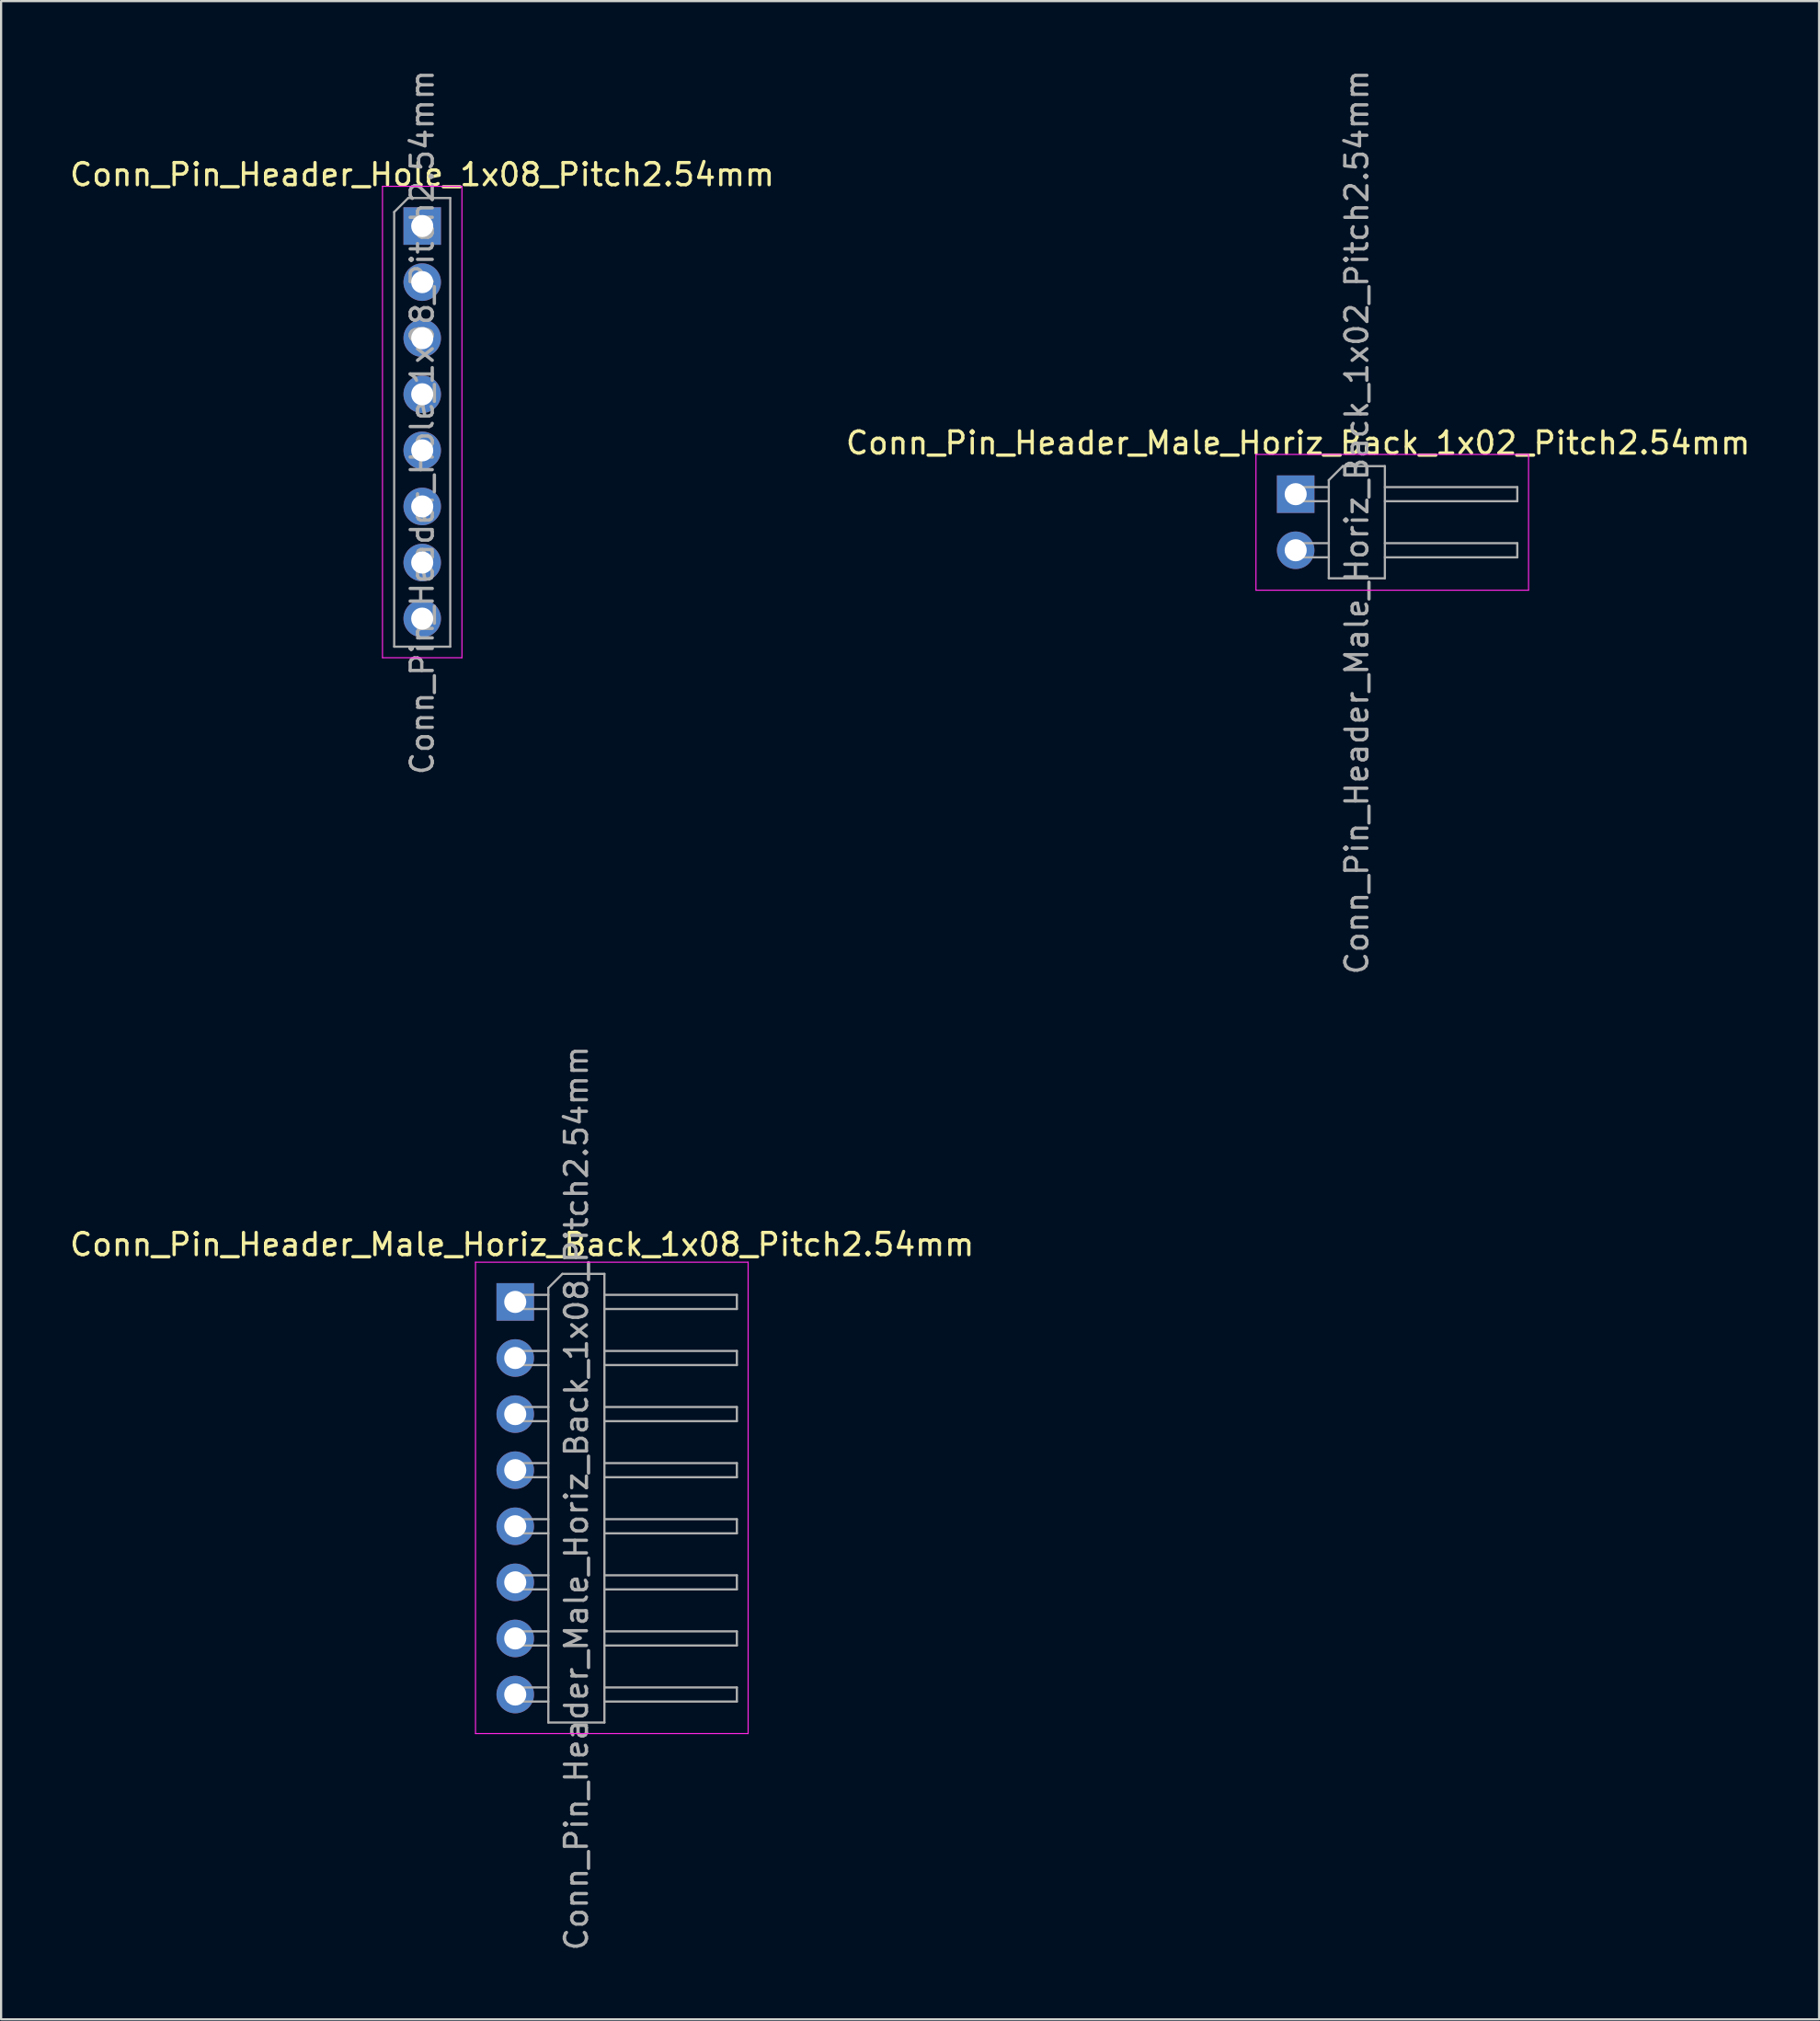
<source format=kicad_pcb>
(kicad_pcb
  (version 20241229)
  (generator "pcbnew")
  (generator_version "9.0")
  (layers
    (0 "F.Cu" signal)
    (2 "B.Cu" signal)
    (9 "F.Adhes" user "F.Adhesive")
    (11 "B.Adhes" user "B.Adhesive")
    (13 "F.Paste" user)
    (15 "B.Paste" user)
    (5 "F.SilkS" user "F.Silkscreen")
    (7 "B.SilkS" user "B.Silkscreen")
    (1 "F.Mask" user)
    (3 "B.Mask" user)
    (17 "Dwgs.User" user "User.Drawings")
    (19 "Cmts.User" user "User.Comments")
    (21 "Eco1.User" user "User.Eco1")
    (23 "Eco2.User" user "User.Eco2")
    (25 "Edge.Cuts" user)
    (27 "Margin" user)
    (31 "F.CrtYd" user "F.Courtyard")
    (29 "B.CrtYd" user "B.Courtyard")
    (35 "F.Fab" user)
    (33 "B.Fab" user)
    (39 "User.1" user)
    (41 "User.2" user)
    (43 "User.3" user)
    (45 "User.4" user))
  (footprint "Conn_Pin_Header_Male_Horiz_Back_1x02_Pitch2.54mm"
    (layer "F.Cu")
    (at 55.646 19.331)
    (property "Reference" "Conn_Pin_Header_Male_Horiz_Back_1x02_Pitch2.54mm" (at 0.11 -2.32 0) (layer "F.SilkS") (effects (font (size 1 1) (thickness 0.15))))
    (attr through_hole)
    (fp_line (start -1.8 -1.8) (end -1.8 4.35) (stroke (width 0.05) (type solid)) (layer "F.CrtYd"))
    (fp_line (start -1.8 4.35) (end 10.55 4.35) (stroke (width 0.05) (type solid)) (layer "F.CrtYd"))
    (fp_line (start 10.55 -1.8) (end -1.8 -1.8) (stroke (width 0.05) (type solid)) (layer "F.CrtYd"))
    (fp_line (start 10.55 4.35) (end 10.55 -1.8) (stroke (width 0.05) (type solid)) (layer "F.CrtYd"))
    (fp_line (start -0.32 -0.32) (end -0.32 0.32) (stroke (width 0.1) (type solid)) (layer "F.Fab"))
    (fp_line (start -0.32 -0.32) (end 1.5 -0.32) (stroke (width 0.1) (type solid)) (layer "F.Fab"))
    (fp_line (start -0.32 0.32) (end 1.5 0.32) (stroke (width 0.1) (type solid)) (layer "F.Fab"))
    (fp_line (start -0.32 2.22) (end -0.32 2.86) (stroke (width 0.1) (type solid)) (layer "F.Fab"))
    (fp_line (start -0.32 2.22) (end 1.5 2.22) (stroke (width 0.1) (type solid)) (layer "F.Fab"))
    (fp_line (start -0.32 2.86) (end 1.5 2.86) (stroke (width 0.1) (type solid)) (layer "F.Fab"))
    (fp_line (start 1.5 -0.635) (end 2.135 -1.27) (stroke (width 0.1) (type solid)) (layer "F.Fab"))
    (fp_line (start 1.5 3.81) (end 1.5 -0.635) (stroke (width 0.1) (type solid)) (layer "F.Fab"))
    (fp_line (start 2.135 -1.27) (end 4.04 -1.27) (stroke (width 0.1) (type solid)) (layer "F.Fab"))
    (fp_line (start 4.04 -1.27) (end 4.04 3.81) (stroke (width 0.1) (type solid)) (layer "F.Fab"))
    (fp_line (start 4.04 -0.32) (end 10.04 -0.32) (stroke (width 0.1) (type solid)) (layer "F.Fab"))
    (fp_line (start 4.04 0.32) (end 10.04 0.32) (stroke (width 0.1) (type solid)) (layer "F.Fab"))
    (fp_line (start 4.04 2.22) (end 10.04 2.22) (stroke (width 0.1) (type solid)) (layer "F.Fab"))
    (fp_line (start 4.04 2.86) (end 10.04 2.86) (stroke (width 0.1) (type solid)) (layer "F.Fab"))
    (fp_line (start 4.04 3.81) (end 1.5 3.81) (stroke (width 0.1) (type solid)) (layer "F.Fab"))
    (fp_line (start 10.04 -0.32) (end 10.04 0.32) (stroke (width 0.1) (type solid)) (layer "F.Fab"))
    (fp_line (start 10.04 2.22) (end 10.04 2.86) (stroke (width 0.1) (type solid)) (layer "F.Fab"))
    (fp_text user "${REFERENCE}" (at 2.77 1.27 90) (layer "F.Fab") (effects (font (size 1 1) (thickness 0.15))))
    (pad "1" thru_hole rect (at 0 0) (size 1.7 1.7) (drill 1) (layers "*.Cu" "*.Mask"))
    (pad "2" thru_hole oval (at 0 2.54) (size 1.7 1.7) (drill 1) (layers "*.Cu" "*.Mask")))
  (footprint "Conn_Pin_Header_Male_Horiz_Back_1x08_Pitch2.54mm"
    (layer "F.Cu")
    (at 20.291 55.914)
    (property "Reference" "Conn_Pin_Header_Male_Horiz_Back_1x08_Pitch2.54mm" (at 0.31 -2.6 0) (layer "F.SilkS") (effects (font (size 1 1) (thickness 0.15))))
    (attr through_hole)
    (fp_line (start -1.8 -1.8) (end -1.8 19.55) (stroke (width 0.05) (type solid)) (layer "F.CrtYd"))
    (fp_line (start -1.8 19.55) (end 10.55 19.55) (stroke (width 0.05) (type solid)) (layer "F.CrtYd"))
    (fp_line (start 10.55 -1.8) (end -1.8 -1.8) (stroke (width 0.05) (type solid)) (layer "F.CrtYd"))
    (fp_line (start 10.55 19.55) (end 10.55 -1.8) (stroke (width 0.05) (type solid)) (layer "F.CrtYd"))
    (fp_line (start -0.32 -0.32) (end -0.32 0.32) (stroke (width 0.1) (type solid)) (layer "F.Fab"))
    (fp_line (start -0.32 -0.32) (end 1.5 -0.32) (stroke (width 0.1) (type solid)) (layer "F.Fab"))
    (fp_line (start -0.32 0.32) (end 1.5 0.32) (stroke (width 0.1) (type solid)) (layer "F.Fab"))
    (fp_line (start -0.32 2.22) (end -0.32 2.86) (stroke (width 0.1) (type solid)) (layer "F.Fab"))
    (fp_line (start -0.32 2.22) (end 1.5 2.22) (stroke (width 0.1) (type solid)) (layer "F.Fab"))
    (fp_line (start -0.32 2.86) (end 1.5 2.86) (stroke (width 0.1) (type solid)) (layer "F.Fab"))
    (fp_line (start -0.32 4.76) (end -0.32 5.4) (stroke (width 0.1) (type solid)) (layer "F.Fab"))
    (fp_line (start -0.32 4.76) (end 1.5 4.76) (stroke (width 0.1) (type solid)) (layer "F.Fab"))
    (fp_line (start -0.32 5.4) (end 1.5 5.4) (stroke (width 0.1) (type solid)) (layer "F.Fab"))
    (fp_line (start -0.32 7.3) (end -0.32 7.94) (stroke (width 0.1) (type solid)) (layer "F.Fab"))
    (fp_line (start -0.32 7.3) (end 1.5 7.3) (stroke (width 0.1) (type solid)) (layer "F.Fab"))
    (fp_line (start -0.32 7.94) (end 1.5 7.94) (stroke (width 0.1) (type solid)) (layer "F.Fab"))
    (fp_line (start -0.32 9.84) (end -0.32 10.48) (stroke (width 0.1) (type solid)) (layer "F.Fab"))
    (fp_line (start -0.32 9.84) (end 1.5 9.84) (stroke (width 0.1) (type solid)) (layer "F.Fab"))
    (fp_line (start -0.32 10.48) (end 1.5 10.48) (stroke (width 0.1) (type solid)) (layer "F.Fab"))
    (fp_line (start -0.32 12.38) (end -0.32 13.02) (stroke (width 0.1) (type solid)) (layer "F.Fab"))
    (fp_line (start -0.32 12.38) (end 1.5 12.38) (stroke (width 0.1) (type solid)) (layer "F.Fab"))
    (fp_line (start -0.32 13.02) (end 1.5 13.02) (stroke (width 0.1) (type solid)) (layer "F.Fab"))
    (fp_line (start -0.32 14.92) (end -0.32 15.56) (stroke (width 0.1) (type solid)) (layer "F.Fab"))
    (fp_line (start -0.32 14.92) (end 1.5 14.92) (stroke (width 0.1) (type solid)) (layer "F.Fab"))
    (fp_line (start -0.32 15.56) (end 1.5 15.56) (stroke (width 0.1) (type solid)) (layer "F.Fab"))
    (fp_line (start -0.32 17.46) (end -0.32 18.1) (stroke (width 0.1) (type solid)) (layer "F.Fab"))
    (fp_line (start -0.32 17.46) (end 1.5 17.46) (stroke (width 0.1) (type solid)) (layer "F.Fab"))
    (fp_line (start -0.32 18.1) (end 1.5 18.1) (stroke (width 0.1) (type solid)) (layer "F.Fab"))
    (fp_line (start 1.5 -0.635) (end 2.135 -1.27) (stroke (width 0.1) (type solid)) (layer "F.Fab"))
    (fp_line (start 1.5 19.05) (end 1.5 -0.635) (stroke (width 0.1) (type solid)) (layer "F.Fab"))
    (fp_line (start 2.135 -1.27) (end 4.04 -1.27) (stroke (width 0.1) (type solid)) (layer "F.Fab"))
    (fp_line (start 4.04 -1.27) (end 4.04 19.05) (stroke (width 0.1) (type solid)) (layer "F.Fab"))
    (fp_line (start 4.04 -0.32) (end 10.04 -0.32) (stroke (width 0.1) (type solid)) (layer "F.Fab"))
    (fp_line (start 4.04 0.32) (end 10.04 0.32) (stroke (width 0.1) (type solid)) (layer "F.Fab"))
    (fp_line (start 4.04 2.22) (end 10.04 2.22) (stroke (width 0.1) (type solid)) (layer "F.Fab"))
    (fp_line (start 4.04 2.86) (end 10.04 2.86) (stroke (width 0.1) (type solid)) (layer "F.Fab"))
    (fp_line (start 4.04 4.76) (end 10.04 4.76) (stroke (width 0.1) (type solid)) (layer "F.Fab"))
    (fp_line (start 4.04 5.4) (end 10.04 5.4) (stroke (width 0.1) (type solid)) (layer "F.Fab"))
    (fp_line (start 4.04 7.3) (end 10.04 7.3) (stroke (width 0.1) (type solid)) (layer "F.Fab"))
    (fp_line (start 4.04 7.94) (end 10.04 7.94) (stroke (width 0.1) (type solid)) (layer "F.Fab"))
    (fp_line (start 4.04 9.84) (end 10.04 9.84) (stroke (width 0.1) (type solid)) (layer "F.Fab"))
    (fp_line (start 4.04 10.48) (end 10.04 10.48) (stroke (width 0.1) (type solid)) (layer "F.Fab"))
    (fp_line (start 4.04 12.38) (end 10.04 12.38) (stroke (width 0.1) (type solid)) (layer "F.Fab"))
    (fp_line (start 4.04 13.02) (end 10.04 13.02) (stroke (width 0.1) (type solid)) (layer "F.Fab"))
    (fp_line (start 4.04 14.92) (end 10.04 14.92) (stroke (width 0.1) (type solid)) (layer "F.Fab"))
    (fp_line (start 4.04 15.56) (end 10.04 15.56) (stroke (width 0.1) (type solid)) (layer "F.Fab"))
    (fp_line (start 4.04 17.46) (end 10.04 17.46) (stroke (width 0.1) (type solid)) (layer "F.Fab"))
    (fp_line (start 4.04 18.1) (end 10.04 18.1) (stroke (width 0.1) (type solid)) (layer "F.Fab"))
    (fp_line (start 4.04 19.05) (end 1.5 19.05) (stroke (width 0.1) (type solid)) (layer "F.Fab"))
    (fp_line (start 10.04 -0.32) (end 10.04 0.32) (stroke (width 0.1) (type solid)) (layer "F.Fab"))
    (fp_line (start 10.04 2.22) (end 10.04 2.86) (stroke (width 0.1) (type solid)) (layer "F.Fab"))
    (fp_line (start 10.04 4.76) (end 10.04 5.4) (stroke (width 0.1) (type solid)) (layer "F.Fab"))
    (fp_line (start 10.04 7.3) (end 10.04 7.94) (stroke (width 0.1) (type solid)) (layer "F.Fab"))
    (fp_line (start 10.04 9.84) (end 10.04 10.48) (stroke (width 0.1) (type solid)) (layer "F.Fab"))
    (fp_line (start 10.04 12.38) (end 10.04 13.02) (stroke (width 0.1) (type solid)) (layer "F.Fab"))
    (fp_line (start 10.04 14.92) (end 10.04 15.56) (stroke (width 0.1) (type solid)) (layer "F.Fab"))
    (fp_line (start 10.04 17.46) (end 10.04 18.1) (stroke (width 0.1) (type solid)) (layer "F.Fab"))
    (fp_text user "${REFERENCE}" (at 2.77 8.89 90) (layer "F.Fab") (effects (font (size 1 1) (thickness 0.15))))
    (pad "1" thru_hole rect (at 0 0) (size 1.7 1.7) (drill 1) (layers "*.Cu" "*.Mask"))
    (pad "2" thru_hole oval (at 0 2.54) (size 1.7 1.7) (drill 1) (layers "*.Cu" "*.Mask"))
    (pad "3" thru_hole oval (at 0 5.08) (size 1.7 1.7) (drill 1) (layers "*.Cu" "*.Mask"))
    (pad "4" thru_hole oval (at 0 7.62) (size 1.7 1.7) (drill 1) (layers "*.Cu" "*.Mask"))
    (pad "5" thru_hole oval (at 0 10.16) (size 1.7 1.7) (drill 1) (layers "*.Cu" "*.Mask"))
    (pad "6" thru_hole oval (at 0 12.7) (size 1.7 1.7) (drill 1) (layers "*.Cu" "*.Mask"))
    (pad "7" thru_hole oval (at 0 15.24) (size 1.7 1.7) (drill 1) (layers "*.Cu" "*.Mask"))
    (pad "8" thru_hole oval (at 0 17.78) (size 1.7 1.7) (drill 1) (layers "*.Cu" "*.Mask")))
  (footprint "Conn_Pin_Header_Hole_1x08_Pitch2.54mm"
    (layer "F.Cu")
    (at 16.077 7.187)
    (property "Reference" "Conn_Pin_Header_Hole_1x08_Pitch2.54mm" (at 0 -2.33 0) (layer "F.SilkS") (effects (font (size 1 1) (thickness 0.15))))
    (attr through_hole)
    (fp_line (start -1.8 -1.8) (end -1.8 19.55) (stroke (width 0.05) (type solid)) (layer "F.CrtYd"))
    (fp_line (start -1.8 19.55) (end 1.8 19.55) (stroke (width 0.05) (type solid)) (layer "F.CrtYd"))
    (fp_line (start 1.8 -1.8) (end -1.8 -1.8) (stroke (width 0.05) (type solid)) (layer "F.CrtYd"))
    (fp_line (start 1.8 19.55) (end 1.8 -1.8) (stroke (width 0.05) (type solid)) (layer "F.CrtYd"))
    (fp_line (start -1.27 -0.635) (end -0.635 -1.27) (stroke (width 0.1) (type solid)) (layer "F.Fab"))
    (fp_line (start -1.27 19.05) (end -1.27 -0.635) (stroke (width 0.1) (type solid)) (layer "F.Fab"))
    (fp_line (start -0.635 -1.27) (end 1.27 -1.27) (stroke (width 0.1) (type solid)) (layer "F.Fab"))
    (fp_line (start 1.27 -1.27) (end 1.27 19.05) (stroke (width 0.1) (type solid)) (layer "F.Fab"))
    (fp_line (start 1.27 19.05) (end -1.27 19.05) (stroke (width 0.1) (type solid)) (layer "F.Fab"))
    (fp_text user "${REFERENCE}" (at 0 8.89 90) (layer "F.Fab") (effects (font (size 1 1) (thickness 0.15))))
    (pad "1" thru_hole rect (at 0 0) (size 1.7 1.7) (drill 1) (layers "*.Cu" "*.Mask"))
    (pad "2" thru_hole oval (at 0 2.54) (size 1.7 1.7) (drill 1) (layers "*.Cu" "*.Mask"))
    (pad "3" thru_hole oval (at 0 5.08) (size 1.7 1.7) (drill 1) (layers "*.Cu" "*.Mask"))
    (pad "4" thru_hole oval (at 0 7.62) (size 1.7 1.7) (drill 1) (layers "*.Cu" "*.Mask"))
    (pad "5" thru_hole oval (at 0 10.16) (size 1.7 1.7) (drill 1) (layers "*.Cu" "*.Mask"))
    (pad "6" thru_hole oval (at 0 12.7) (size 1.7 1.7) (drill 1) (layers "*.Cu" "*.Mask"))
    (pad "7" thru_hole oval (at 0 15.24) (size 1.7 1.7) (drill 1) (layers "*.Cu" "*.Mask"))
    (pad "8" thru_hole oval (at 0 17.78) (size 1.7 1.7) (drill 1) (layers "*.Cu" "*.Mask")))
  (gr_rect
    (start -3 -3)
    (end 79.357 88.405)
    (stroke (width 0.1) (type default))
    (fill no)
    (layer "Edge.Cuts")))
</source>
